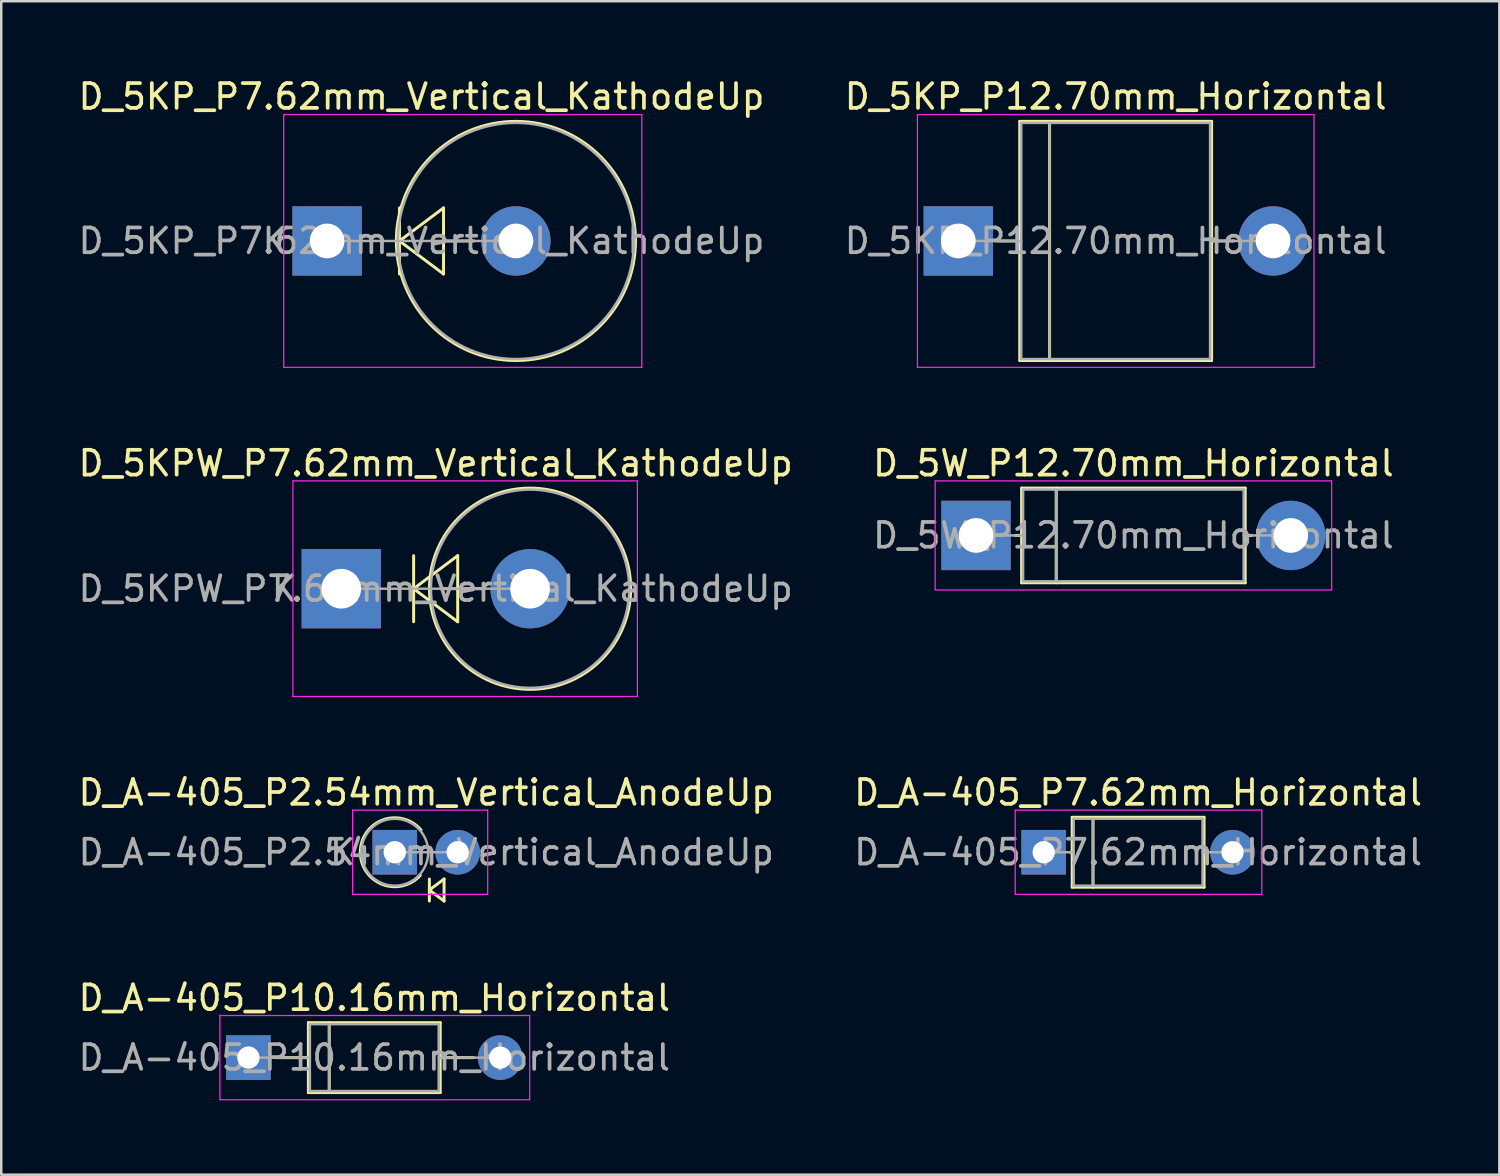
<source format=kicad_pcb>
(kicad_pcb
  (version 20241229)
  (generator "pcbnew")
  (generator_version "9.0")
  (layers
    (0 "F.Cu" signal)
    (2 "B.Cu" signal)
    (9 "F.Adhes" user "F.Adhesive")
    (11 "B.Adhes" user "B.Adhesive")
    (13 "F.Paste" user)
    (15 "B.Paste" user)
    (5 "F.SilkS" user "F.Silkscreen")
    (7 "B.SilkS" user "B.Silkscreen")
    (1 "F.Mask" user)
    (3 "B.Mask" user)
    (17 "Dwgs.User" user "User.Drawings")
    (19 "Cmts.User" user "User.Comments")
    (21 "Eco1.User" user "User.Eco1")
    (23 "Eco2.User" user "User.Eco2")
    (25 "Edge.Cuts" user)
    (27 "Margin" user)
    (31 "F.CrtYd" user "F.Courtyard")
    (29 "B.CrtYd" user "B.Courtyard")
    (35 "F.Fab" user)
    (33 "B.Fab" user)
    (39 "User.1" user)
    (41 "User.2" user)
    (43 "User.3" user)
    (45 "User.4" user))
  (footprint "D_5KP_P7.62mm_Vertical_KathodeUp"
    (layer "F.Cu")
    (at 10.148 6.673)
    (property "Reference" "D_5KP_P7.62mm_Vertical_KathodeUp" (at 3.81 -5.825 0) (layer "F.SilkS") (effects (font (size 1 1) (thickness 0.15))))
    (attr through_hole)
    (fp_line (start 2.921 -1.333) (end 2.921 1.333) (stroke (width 0.12) (type solid)) (layer "F.SilkS"))
    (fp_line (start 2.921 0) (end 4.699 -1.333) (stroke (width 0.12) (type solid)) (layer "F.SilkS"))
    (fp_line (start 4.699 -1.333) (end 4.699 1.333) (stroke (width 0.12) (type solid)) (layer "F.SilkS"))
    (fp_line (start 4.699 1.333) (end 2.921 0) (stroke (width 0.12) (type solid)) (layer "F.SilkS"))
    (fp_line (start 4.825 0) (end 5.92 0) (stroke (width 0.12) (type solid)) (layer "F.SilkS"))
    (fp_circle (center 7.62 0) (end 12.445 0) (stroke (width 0.12) (type solid)) (fill no) (layer "F.SilkS"))
    (fp_line (start -1.75 -5.1) (end -1.75 5.1) (stroke (width 0.05) (type solid)) (layer "F.CrtYd"))
    (fp_line (start -1.75 5.1) (end 12.7 5.1) (stroke (width 0.05) (type solid)) (layer "F.CrtYd"))
    (fp_line (start 12.7 -5.1) (end -1.75 -5.1) (stroke (width 0.05) (type solid)) (layer "F.CrtYd"))
    (fp_line (start 12.7 5.1) (end 12.7 -5.1) (stroke (width 0.05) (type solid)) (layer "F.CrtYd"))
    (fp_line (start 0 0) (end 7.62 0) (stroke (width 0.1) (type solid)) (layer "F.Fab"))
    (fp_circle (center 7.62 0) (end 12.385 0) (stroke (width 0.1) (type solid)) (fill no) (layer "F.Fab"))
    (fp_text user "${REFERENCE}" (at 3.81 0 0) (layer "F.Fab") (effects (font (size 1 1) (thickness 0.15))))
    (fp_text user "K" (at -2.1 0 0) (layer "F.Fab") (effects (font (size 1 1) (thickness 0.15))))
    (pad "1" thru_hole rect (at 0 0) (size 2.8 2.8) (drill 1.4) (layers "*.Cu" "*.Mask"))
    (pad "2" thru_hole oval (at 7.62 0) (size 2.8 2.8) (drill 1.4) (layers "*.Cu" "*.Mask")))
  (footprint "D_5KP_P12.70mm_Horizontal"
    (layer "F.Cu")
    (at 35.62 6.673)
    (property "Reference" "D_5KP_P12.70mm_Horizontal" (at 6.35 -5.825 0) (layer "F.SilkS") (effects (font (size 1 1) (thickness 0.15))))
    (attr through_hole)
    (fp_line (start 1.58 0) (end 2.48 0) (stroke (width 0.12) (type solid)) (layer "F.SilkS"))
    (fp_line (start 2.48 -4.825) (end 2.48 4.825) (stroke (width 0.12) (type solid)) (layer "F.SilkS"))
    (fp_line (start 2.48 4.825) (end 10.22 4.825) (stroke (width 0.12) (type solid)) (layer "F.SilkS"))
    (fp_line (start 3.683 -4.825) (end 3.683 4.825) (stroke (width 0.12) (type solid)) (layer "F.SilkS"))
    (fp_line (start 10.22 -4.825) (end 2.48 -4.825) (stroke (width 0.12) (type solid)) (layer "F.SilkS"))
    (fp_line (start 10.22 4.825) (end 10.22 -4.825) (stroke (width 0.12) (type solid)) (layer "F.SilkS"))
    (fp_line (start 11.12 0) (end 10.22 0) (stroke (width 0.12) (type solid)) (layer "F.SilkS"))
    (fp_line (start -1.65 -5.1) (end -1.65 5.1) (stroke (width 0.05) (type solid)) (layer "F.CrtYd"))
    (fp_line (start -1.65 5.1) (end 14.35 5.1) (stroke (width 0.05) (type solid)) (layer "F.CrtYd"))
    (fp_line (start 14.35 -5.1) (end -1.65 -5.1) (stroke (width 0.05) (type solid)) (layer "F.CrtYd"))
    (fp_line (start 14.35 5.1) (end 14.35 -5.1) (stroke (width 0.05) (type solid)) (layer "F.CrtYd"))
    (fp_line (start 0 0) (end 2.54 0) (stroke (width 0.1) (type solid)) (layer "F.Fab"))
    (fp_line (start 2.54 -4.765) (end 2.54 4.765) (stroke (width 0.1) (type solid)) (layer "F.Fab"))
    (fp_line (start 2.54 4.765) (end 10.16 4.765) (stroke (width 0.1) (type solid)) (layer "F.Fab"))
    (fp_line (start 3.683 -4.765) (end 3.683 4.765) (stroke (width 0.1) (type solid)) (layer "F.Fab"))
    (fp_line (start 10.16 -4.765) (end 2.54 -4.765) (stroke (width 0.1) (type solid)) (layer "F.Fab"))
    (fp_line (start 10.16 4.765) (end 10.16 -4.765) (stroke (width 0.1) (type solid)) (layer "F.Fab"))
    (fp_line (start 12.7 0) (end 10.16 0) (stroke (width 0.1) (type solid)) (layer "F.Fab"))
    (fp_text user "${REFERENCE}" (at 6.35 0 0) (layer "F.Fab") (effects (font (size 1 1) (thickness 0.15))))
    (pad "1" thru_hole rect (at 0 0) (size 2.8 2.8) (drill 1.4) (layers "*.Cu" "*.Mask"))
    (pad "2" thru_hole oval (at 12.7 0) (size 2.8 2.8) (drill 1.4) (layers "*.Cu" "*.Mask")))
  (footprint "D_A-405_P7.62mm_Horizontal"
    (layer "F.Cu")
    (at 39.065 31.34)
    (property "Reference" "D_A-405_P7.62mm_Horizontal" (at 3.81 -2.41 0) (layer "F.SilkS") (effects (font (size 1 1) (thickness 0.15))))
    (attr through_hole)
    (fp_line (start 1.08 0) (end 1.15 0) (stroke (width 0.12) (type solid)) (layer "F.SilkS"))
    (fp_line (start 1.15 -1.41) (end 1.15 1.41) (stroke (width 0.12) (type solid)) (layer "F.SilkS"))
    (fp_line (start 1.15 1.41) (end 6.47 1.41) (stroke (width 0.12) (type solid)) (layer "F.SilkS"))
    (fp_line (start 1.99 -1.41) (end 1.99 1.41) (stroke (width 0.12) (type solid)) (layer "F.SilkS"))
    (fp_line (start 6.47 -1.41) (end 1.15 -1.41) (stroke (width 0.12) (type solid)) (layer "F.SilkS"))
    (fp_line (start 6.47 1.41) (end 6.47 -1.41) (stroke (width 0.12) (type solid)) (layer "F.SilkS"))
    (fp_line (start 6.54 0) (end 6.47 0) (stroke (width 0.12) (type solid)) (layer "F.SilkS"))
    (fp_line (start -1.15 -1.7) (end -1.15 1.7) (stroke (width 0.05) (type solid)) (layer "F.CrtYd"))
    (fp_line (start -1.15 1.7) (end 8.8 1.7) (stroke (width 0.05) (type solid)) (layer "F.CrtYd"))
    (fp_line (start 8.8 -1.7) (end -1.15 -1.7) (stroke (width 0.05) (type solid)) (layer "F.CrtYd"))
    (fp_line (start 8.8 1.7) (end 8.8 -1.7) (stroke (width 0.05) (type solid)) (layer "F.CrtYd"))
    (fp_line (start 0 0) (end 1.21 0) (stroke (width 0.1) (type solid)) (layer "F.Fab"))
    (fp_line (start 1.21 -1.35) (end 1.21 1.35) (stroke (width 0.1) (type solid)) (layer "F.Fab"))
    (fp_line (start 1.21 1.35) (end 6.41 1.35) (stroke (width 0.1) (type solid)) (layer "F.Fab"))
    (fp_line (start 1.99 -1.35) (end 1.99 1.35) (stroke (width 0.1) (type solid)) (layer "F.Fab"))
    (fp_line (start 6.41 -1.35) (end 1.21 -1.35) (stroke (width 0.1) (type solid)) (layer "F.Fab"))
    (fp_line (start 6.41 1.35) (end 6.41 -1.35) (stroke (width 0.1) (type solid)) (layer "F.Fab"))
    (fp_line (start 7.62 0) (end 6.41 0) (stroke (width 0.1) (type solid)) (layer "F.Fab"))
    (fp_text user "${REFERENCE}" (at 3.81 0 0) (layer "F.Fab") (effects (font (size 1 1) (thickness 0.15))))
    (pad "1" thru_hole rect (at 0 0) (size 1.8 1.8) (drill 0.9) (layers "*.Cu" "*.Mask"))
    (pad "2" thru_hole oval (at 7.62 0) (size 1.8 1.8) (drill 0.9) (layers "*.Cu" "*.Mask")))
  (footprint "D_5KPW_P7.62mm_Vertical_KathodeUp"
    (layer "F.Cu")
    (at 10.72 20.706)
    (property "Reference" "D_5KPW_P7.62mm_Vertical_KathodeUp" (at 3.81 -5.06 0) (layer "F.SilkS") (effects (font (size 1 1) (thickness 0.15))))
    (attr through_hole)
    (fp_line (start 2.921 -1.333) (end 2.921 1.333) (stroke (width 0.12) (type solid)) (layer "F.SilkS"))
    (fp_line (start 2.921 0) (end 4.699 -1.333) (stroke (width 0.12) (type solid)) (layer "F.SilkS"))
    (fp_line (start 4.06 0) (end 5.72 0) (stroke (width 0.12) (type solid)) (layer "F.SilkS"))
    (fp_line (start 4.699 -1.333) (end 4.699 1.333) (stroke (width 0.12) (type solid)) (layer "F.SilkS"))
    (fp_line (start 4.699 1.333) (end 2.921 0) (stroke (width 0.12) (type solid)) (layer "F.SilkS"))
    (fp_circle (center 7.62 0) (end 11.68 0) (stroke (width 0.12) (type solid)) (fill no) (layer "F.SilkS"))
    (fp_line (start -1.95 -4.35) (end -1.95 4.35) (stroke (width 0.05) (type solid)) (layer "F.CrtYd"))
    (fp_line (start -1.95 4.35) (end 11.95 4.35) (stroke (width 0.05) (type solid)) (layer "F.CrtYd"))
    (fp_line (start 11.95 -4.35) (end -1.95 -4.35) (stroke (width 0.05) (type solid)) (layer "F.CrtYd"))
    (fp_line (start 11.95 4.35) (end 11.95 -4.35) (stroke (width 0.05) (type solid)) (layer "F.CrtYd"))
    (fp_line (start 0 0) (end 7.62 0) (stroke (width 0.1) (type solid)) (layer "F.Fab"))
    (fp_circle (center 7.62 0) (end 11.62 0) (stroke (width 0.1) (type solid)) (fill no) (layer "F.Fab"))
    (fp_text user "${REFERENCE}" (at 3.81 0 0) (layer "F.Fab") (effects (font (size 1 1) (thickness 0.15))))
    (fp_text user "K" (at -2.3 0 0) (layer "F.Fab") (effects (font (size 1 1) (thickness 0.15))))
    (pad "1" thru_hole rect (at 0 0) (size 3.2 3.2) (drill 1.6) (layers "*.Cu" "*.Mask"))
    (pad "2" thru_hole oval (at 7.62 0) (size 3.2 3.2) (drill 1.6) (layers "*.Cu" "*.Mask")))
  (footprint "D_5W_P12.70mm_Horizontal"
    (layer "F.Cu")
    (at 36.335 18.556)
    (property "Reference" "D_5W_P12.70mm_Horizontal" (at 6.35 -2.91 0) (layer "F.SilkS") (effects (font (size 1 1) (thickness 0.15))))
    (attr through_hole)
    (fp_line (start 1.58 0) (end 1.84 0) (stroke (width 0.12) (type solid)) (layer "F.SilkS"))
    (fp_line (start 1.84 -1.91) (end 1.84 1.91) (stroke (width 0.12) (type solid)) (layer "F.SilkS"))
    (fp_line (start 1.84 1.91) (end 10.86 1.91) (stroke (width 0.12) (type solid)) (layer "F.SilkS"))
    (fp_line (start 3.235 -1.91) (end 3.235 1.91) (stroke (width 0.12) (type solid)) (layer "F.SilkS"))
    (fp_line (start 10.86 -1.91) (end 1.84 -1.91) (stroke (width 0.12) (type solid)) (layer "F.SilkS"))
    (fp_line (start 10.86 1.91) (end 10.86 -1.91) (stroke (width 0.12) (type solid)) (layer "F.SilkS"))
    (fp_line (start 11.12 0) (end 10.86 0) (stroke (width 0.12) (type solid)) (layer "F.SilkS"))
    (fp_line (start -1.65 -2.2) (end -1.65 2.2) (stroke (width 0.05) (type solid)) (layer "F.CrtYd"))
    (fp_line (start -1.65 2.2) (end 14.35 2.2) (stroke (width 0.05) (type solid)) (layer "F.CrtYd"))
    (fp_line (start 14.35 -2.2) (end -1.65 -2.2) (stroke (width 0.05) (type solid)) (layer "F.CrtYd"))
    (fp_line (start 14.35 2.2) (end 14.35 -2.2) (stroke (width 0.05) (type solid)) (layer "F.CrtYd"))
    (fp_line (start 0 0) (end 1.9 0) (stroke (width 0.1) (type solid)) (layer "F.Fab"))
    (fp_line (start 1.9 -1.85) (end 1.9 1.85) (stroke (width 0.1) (type solid)) (layer "F.Fab"))
    (fp_line (start 1.9 1.85) (end 10.8 1.85) (stroke (width 0.1) (type solid)) (layer "F.Fab"))
    (fp_line (start 3.235 -1.85) (end 3.235 1.85) (stroke (width 0.1) (type solid)) (layer "F.Fab"))
    (fp_line (start 10.8 -1.85) (end 1.9 -1.85) (stroke (width 0.1) (type solid)) (layer "F.Fab"))
    (fp_line (start 10.8 1.85) (end 10.8 -1.85) (stroke (width 0.1) (type solid)) (layer "F.Fab"))
    (fp_line (start 12.7 0) (end 10.8 0) (stroke (width 0.1) (type solid)) (layer "F.Fab"))
    (fp_text user "${REFERENCE}" (at 6.35 0 0) (layer "F.Fab") (effects (font (size 1 1) (thickness 0.15))))
    (pad "1" thru_hole rect (at 0 0) (size 2.8 2.8) (drill 1.4) (layers "*.Cu" "*.Mask"))
    (pad "2" thru_hole oval (at 12.7 0) (size 2.8 2.8) (drill 1.4) (layers "*.Cu" "*.Mask")))
  (footprint "D_A-405_P2.54mm_Vertical_AnodeUp"
    (layer "F.Cu")
    (at 12.879 31.34)
    (property "Reference" "D_A-405_P2.54mm_Vertical_AnodeUp" (at 1.27 -2.41 0) (layer "F.SilkS") (effects (font (size 1 1) (thickness 0.15))))
    (attr through_hole)
    (fp_line (start 1.397 1.08) (end 1.397 1.969) (stroke (width 0.12) (type solid)) (layer "F.SilkS"))
    (fp_line (start 1.397 1.524) (end 1.99 1.08) (stroke (width 0.12) (type solid)) (layer "F.SilkS"))
    (fp_line (start 1.99 1.08) (end 1.99 1.969) (stroke (width 0.12) (type solid)) (layer "F.SilkS"))
    (fp_line (start 1.99 1.969) (end 1.397 1.524) (stroke (width 0.12) (type solid)) (layer "F.SilkS"))
    (fp_arc (start 1.030633 0.933271) (mid -1.390219 -0.022126) (end 1.059811 -0.9) (stroke (width 0.12) (type solid)) (layer "F.SilkS"))
    (fp_line (start -1.7 -1.7) (end -1.7 1.7) (stroke (width 0.05) (type solid)) (layer "F.CrtYd"))
    (fp_line (start -1.7 1.7) (end 3.75 1.7) (stroke (width 0.05) (type solid)) (layer "F.CrtYd"))
    (fp_line (start 3.75 -1.7) (end -1.7 -1.7) (stroke (width 0.05) (type solid)) (layer "F.CrtYd"))
    (fp_line (start 3.75 1.7) (end 3.75 -1.7) (stroke (width 0.05) (type solid)) (layer "F.CrtYd"))
    (fp_line (start 0 0) (end 2.54 0) (stroke (width 0.1) (type solid)) (layer "F.Fab"))
    (fp_circle (center 0 0) (end 1.35 0) (stroke (width 0.1) (type solid)) (fill no) (layer "F.Fab"))
    (fp_text user "${REFERENCE}" (at 1.27 0 0) (layer "F.Fab") (effects (font (size 1 1) (thickness 0.15))))
    (fp_text user "K" (at -2.11 0 0) (layer "F.Fab") (effects (font (size 1 1) (thickness 0.15))))
    (pad "1" thru_hole rect (at 0 0) (size 1.8 1.8) (drill 0.9) (layers "*.Cu" "*.Mask"))
    (pad "2" thru_hole oval (at 2.54 0) (size 1.8 1.8) (drill 0.9) (layers "*.Cu" "*.Mask")))
  (footprint "D_A-405_P10.16mm_Horizontal"
    (layer "F.Cu")
    (at 6.974 39.627)
    (property "Reference" "D_A-405_P10.16mm_Horizontal" (at 5.08 -2.41 0) (layer "F.SilkS") (effects (font (size 1 1) (thickness 0.15))))
    (attr through_hole)
    (fp_line (start 1.08 0) (end 2.42 0) (stroke (width 0.12) (type solid)) (layer "F.SilkS"))
    (fp_line (start 2.42 -1.41) (end 2.42 1.41) (stroke (width 0.12) (type solid)) (layer "F.SilkS"))
    (fp_line (start 2.42 1.41) (end 7.74 1.41) (stroke (width 0.12) (type solid)) (layer "F.SilkS"))
    (fp_line (start 3.26 -1.41) (end 3.26 1.41) (stroke (width 0.12) (type solid)) (layer "F.SilkS"))
    (fp_line (start 7.74 -1.41) (end 2.42 -1.41) (stroke (width 0.12) (type solid)) (layer "F.SilkS"))
    (fp_line (start 7.74 1.41) (end 7.74 -1.41) (stroke (width 0.12) (type solid)) (layer "F.SilkS"))
    (fp_line (start 9.08 0) (end 7.74 0) (stroke (width 0.12) (type solid)) (layer "F.SilkS"))
    (fp_line (start -1.15 -1.7) (end -1.15 1.7) (stroke (width 0.05) (type solid)) (layer "F.CrtYd"))
    (fp_line (start -1.15 1.7) (end 11.35 1.7) (stroke (width 0.05) (type solid)) (layer "F.CrtYd"))
    (fp_line (start 11.35 -1.7) (end -1.15 -1.7) (stroke (width 0.05) (type solid)) (layer "F.CrtYd"))
    (fp_line (start 11.35 1.7) (end 11.35 -1.7) (stroke (width 0.05) (type solid)) (layer "F.CrtYd"))
    (fp_line (start 0 0) (end 2.48 0) (stroke (width 0.1) (type solid)) (layer "F.Fab"))
    (fp_line (start 2.48 -1.35) (end 2.48 1.35) (stroke (width 0.1) (type solid)) (layer "F.Fab"))
    (fp_line (start 2.48 1.35) (end 7.68 1.35) (stroke (width 0.1) (type solid)) (layer "F.Fab"))
    (fp_line (start 3.26 -1.35) (end 3.26 1.35) (stroke (width 0.1) (type solid)) (layer "F.Fab"))
    (fp_line (start 7.68 -1.35) (end 2.48 -1.35) (stroke (width 0.1) (type solid)) (layer "F.Fab"))
    (fp_line (start 7.68 1.35) (end 7.68 -1.35) (stroke (width 0.1) (type solid)) (layer "F.Fab"))
    (fp_line (start 10.16 0) (end 7.68 0) (stroke (width 0.1) (type solid)) (layer "F.Fab"))
    (fp_text user "${REFERENCE}" (at 5.08 0 0) (layer "F.Fab") (effects (font (size 1 1) (thickness 0.15))))
    (pad "1" thru_hole rect (at 0 0) (size 1.8 1.8) (drill 0.9) (layers "*.Cu" "*.Mask"))
    (pad "2" thru_hole oval (at 10.16 0) (size 1.8 1.8) (drill 0.9) (layers "*.Cu" "*.Mask")))
  (gr_rect
    (start -3 -3)
    (end 57.452 44.352)
    (stroke (width 0.1) (type default))
    (fill no)
    (layer "Edge.Cuts")))
</source>
